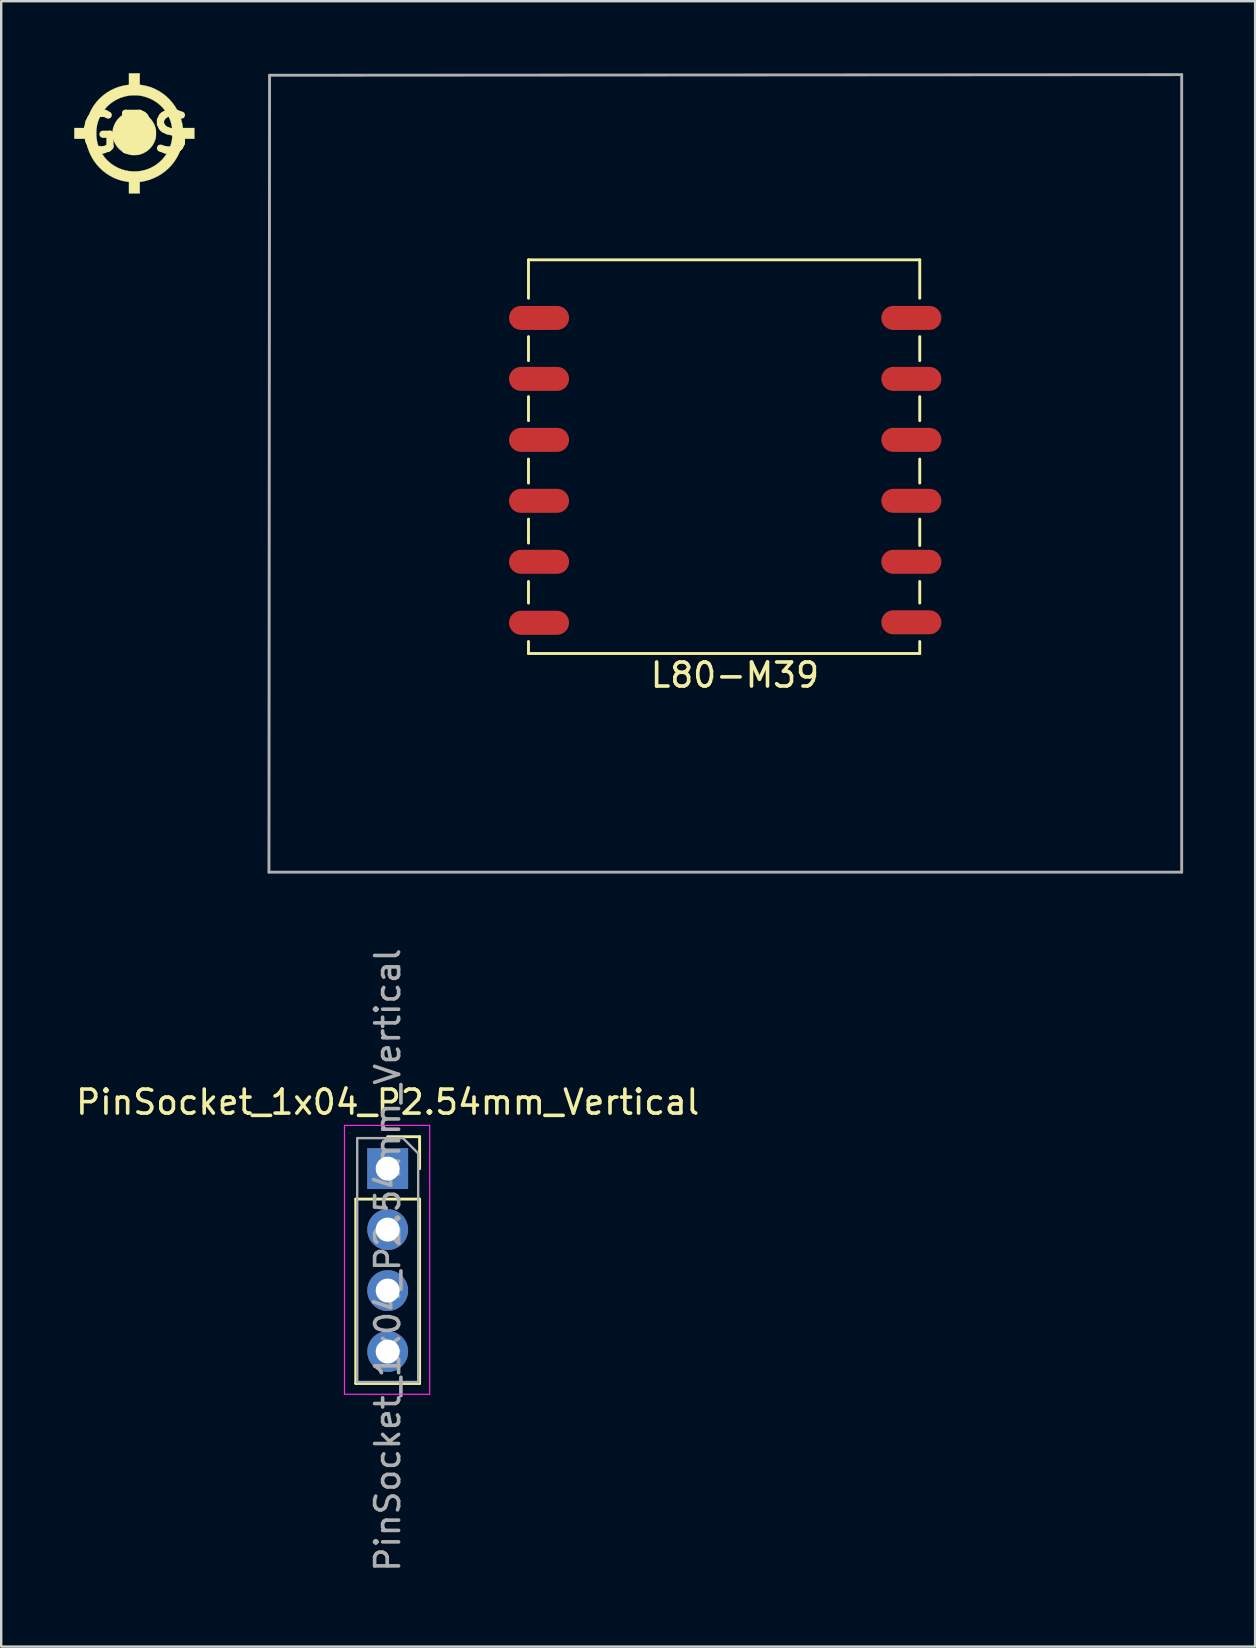
<source format=kicad_pcb>
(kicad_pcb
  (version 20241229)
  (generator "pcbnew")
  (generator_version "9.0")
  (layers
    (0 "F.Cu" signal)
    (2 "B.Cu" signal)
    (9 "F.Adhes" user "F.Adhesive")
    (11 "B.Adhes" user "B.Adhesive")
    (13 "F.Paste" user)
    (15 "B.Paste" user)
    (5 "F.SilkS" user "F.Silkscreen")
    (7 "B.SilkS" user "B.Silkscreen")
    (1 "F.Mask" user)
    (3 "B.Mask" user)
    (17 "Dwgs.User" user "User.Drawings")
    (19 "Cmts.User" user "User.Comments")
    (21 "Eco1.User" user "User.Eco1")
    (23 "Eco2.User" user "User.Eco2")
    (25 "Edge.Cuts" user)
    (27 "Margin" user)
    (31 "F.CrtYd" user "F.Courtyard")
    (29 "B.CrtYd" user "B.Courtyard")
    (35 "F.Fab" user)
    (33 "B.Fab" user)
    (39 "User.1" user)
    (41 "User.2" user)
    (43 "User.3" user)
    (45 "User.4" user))
  (footprint "PinSocket_1x04_P2.54mm_Vertical"
    (layer "F.Cu")
    (at 13.101 45.634)
    (property "Reference" "PinSocket_1x04_P2.54mm_Vertical" (at 0 -2.77 0) (layer "F.SilkS") (effects (font (size 1 1) (thickness 0.15))))
    (attr through_hole)
    (fp_line (start -1.33 1.27) (end -1.33 8.95) (stroke (width 0.12) (type solid)) (layer "F.SilkS"))
    (fp_line (start -1.33 1.27) (end 1.33 1.27) (stroke (width 0.12) (type solid)) (layer "F.SilkS"))
    (fp_line (start -1.33 8.95) (end 1.33 8.95) (stroke (width 0.12) (type solid)) (layer "F.SilkS"))
    (fp_line (start 0 -1.33) (end 1.33 -1.33) (stroke (width 0.12) (type solid)) (layer "F.SilkS"))
    (fp_line (start 1.33 -1.33) (end 1.33 0) (stroke (width 0.12) (type solid)) (layer "F.SilkS"))
    (fp_line (start 1.33 1.27) (end 1.33 8.95) (stroke (width 0.12) (type solid)) (layer "F.SilkS"))
    (fp_line (start -1.8 -1.8) (end 1.75 -1.8) (stroke (width 0.05) (type solid)) (layer "F.CrtYd"))
    (fp_line (start -1.8 9.4) (end -1.8 -1.8) (stroke (width 0.05) (type solid)) (layer "F.CrtYd"))
    (fp_line (start 1.75 -1.8) (end 1.75 9.4) (stroke (width 0.05) (type solid)) (layer "F.CrtYd"))
    (fp_line (start 1.75 9.4) (end -1.8 9.4) (stroke (width 0.05) (type solid)) (layer "F.CrtYd"))
    (fp_line (start -1.27 -1.27) (end 0.635 -1.27) (stroke (width 0.1) (type solid)) (layer "F.Fab"))
    (fp_line (start -1.27 8.89) (end -1.27 -1.27) (stroke (width 0.1) (type solid)) (layer "F.Fab"))
    (fp_line (start 0.635 -1.27) (end 1.27 -0.635) (stroke (width 0.1) (type solid)) (layer "F.Fab"))
    (fp_line (start 1.27 -0.635) (end 1.27 8.89) (stroke (width 0.1) (type solid)) (layer "F.Fab"))
    (fp_line (start 1.27 8.89) (end -1.27 8.89) (stroke (width 0.1) (type solid)) (layer "F.Fab"))
    (fp_text user "${REFERENCE}" (at 0 3.81 90) (layer "F.Fab") (effects (font (size 1 1) (thickness 0.15))))
    (pad "1" thru_hole rect (at 0 0) (size 1.7 1.7) (drill 1) (layers "*.Cu" "*.Mask"))
    (pad "2" thru_hole oval (at 0 2.54) (size 1.7 1.7) (drill 1) (layers "*.Cu" "*.Mask"))
    (pad "3" thru_hole oval (at 0 5.08) (size 1.7 1.7) (drill 1) (layers "*.Cu" "*.Mask"))
    (pad "4" thru_hole oval (at 0 7.62) (size 1.7 1.7) (drill 1) (layers "*.Cu" "*.Mask")))
  (footprint "GPS"
    (layer "F.Cu")
    (at 2.547 2.506)
    (property "Reference" "GPS" (at 0 0 0) (layer "F.SilkS") (effects (font (size 1.524 1.524) (thickness 0.3))))
    (attr through_hole)
    (fp_poly (pts (xy 0.062 -0.902) (xy 0.109 -0.901) (xy 0.146 -0.899) (xy 0.177 -0.894) (xy 0.206 -0.888) (xy 0.24 -0.878) (xy 0.249 -0.876) (xy 0.377 -0.827) (xy 0.493 -0.762) (xy 0.598 -0.683) (xy 0.69 -0.59) (xy 0.768 -0.483) (xy 0.832 -0.365) (xy 0.876 -0.247) (xy 0.886 -0.213) (xy 0.893 -0.183) (xy 0.898 -0.153) (xy 0.901 -0.118) (xy 0.902 -0.073) (xy 0.902 -0.015) (xy 0.902 0) (xy 0.902 0.062) (xy 0.901 0.109) (xy 0.899 0.146) (xy 0.894 0.177) (xy 0.888 0.206) (xy 0.878 0.24) (xy 0.876 0.249) (xy 0.827 0.376) (xy 0.763 0.493) (xy 0.684 0.597) (xy 0.591 0.689) (xy 0.486 0.767) (xy 0.369 0.83) (xy 0.247 0.875) (xy 0.204 0.887) (xy 0.162 0.895) (xy 0.116 0.9) (xy 0.06 0.903) (xy 0.029 0.904) (xy -0.024 0.905) (xy -0.075 0.904) (xy -0.118 0.902) (xy -0.148 0.899) (xy -0.15 0.899) (xy -0.279 0.866) (xy -0.401 0.816) (xy -0.512 0.749) (xy -0.614 0.669) (xy -0.703 0.574) (xy -0.778 0.467) (xy -0.839 0.349) (xy -0.876 0.249) (xy -0.886 0.214) (xy -0.893 0.184) (xy -0.898 0.154) (xy -0.901 0.119) (xy -0.902 0.075) (xy -0.902 0.017) (xy -0.902 0) (xy -0.902 -0.062) (xy -0.901 -0.109) (xy -0.899 -0.146) (xy -0.894 -0.177) (xy -0.888 -0.206) (xy -0.878 -0.239) (xy -0.876 -0.247) (xy -0.827 -0.375) (xy -0.762 -0.493) (xy -0.683 -0.598) (xy -0.59 -0.69) (xy -0.484 -0.768) (xy -0.366 -0.832) (xy -0.249 -0.876) (xy -0.214 -0.886) (xy -0.184 -0.893) (xy -0.154 -0.898) (xy -0.119 -0.901) (xy -0.075 -0.902) (xy -0.017 -0.902) (xy 0 -0.902) (xy 0.062 -0.902)) (stroke (width 0.01) (type solid)) (fill yes) (layer "F.SilkS"))
    (fp_poly (pts (xy 0.225 -2.025) (xy 0.309 -2.013) (xy 0.497 -1.977) (xy 0.679 -1.924) (xy 0.853 -1.853) (xy 1.019 -1.766) (xy 1.176 -1.665) (xy 1.323 -1.549) (xy 1.459 -1.42) (xy 1.583 -1.279) (xy 1.694 -1.126) (xy 1.791 -0.963) (xy 1.873 -0.791) (xy 1.94 -0.61) (xy 1.99 -0.422) (xy 2.013 -0.3) (xy 2.025 -0.225) (xy 2.501 -0.225) (xy 2.501 0.225) (xy 2.025 0.225) (xy 2.013 0.309) (xy 1.977 0.497) (xy 1.924 0.679) (xy 1.853 0.853) (xy 1.766 1.019) (xy 1.665 1.176) (xy 1.549 1.323) (xy 1.42 1.459) (xy 1.279 1.583) (xy 1.126 1.694) (xy 0.963 1.791) (xy 0.791 1.873) (xy 0.61 1.94) (xy 0.422 1.99) (xy 0.3 2.013) (xy 0.225 2.025) (xy 0.225 2.501) (xy -0.225 2.501) (xy -0.225 2.025) (xy -0.309 2.013) (xy -0.497 1.977) (xy -0.679 1.924) (xy -0.853 1.853) (xy -1.019 1.766) (xy -1.176 1.665) (xy -1.323 1.549) (xy -1.459 1.42) (xy -1.583 1.279) (xy -1.694 1.126) (xy -1.791 0.963) (xy -1.873 0.791) (xy -1.94 0.61) (xy -1.99 0.422) (xy -2.013 0.3) (xy -2.025 0.225) (xy -2.501 0.225) (xy -2.501 0) (xy -1.585 0) (xy -1.579 0.154) (xy -1.561 0.297) (xy -1.531 0.433) (xy -1.486 0.567) (xy -1.426 0.703) (xy -1.405 0.744) (xy -1.319 0.891) (xy -1.217 1.026) (xy -1.103 1.148) (xy -0.977 1.257) (xy -0.84 1.351) (xy -0.694 1.43) (xy -0.54 1.494) (xy -0.38 1.542) (xy -0.214 1.573) (xy -0.044 1.587) (xy 0.129 1.582) (xy 0.254 1.568) (xy 0.423 1.532) (xy 0.585 1.479) (xy 0.739 1.408) (xy 0.885 1.322) (xy 1.02 1.221) (xy 1.144 1.106) (xy 1.255 0.978) (xy 1.352 0.839) (xy 1.405 0.744) (xy 1.47 0.606) (xy 1.519 0.472) (xy 1.554 0.337) (xy 1.575 0.196) (xy 1.584 0.046) (xy 1.585 0) (xy 1.579 -0.154) (xy 1.561 -0.297) (xy 1.531 -0.433) (xy 1.486 -0.567) (xy 1.426 -0.703) (xy 1.405 -0.744) (xy 1.318 -0.892) (xy 1.216 -1.028) (xy 1.1 -1.152) (xy 0.971 -1.261) (xy 0.83 -1.357) (xy 0.679 -1.437) (xy 0.518 -1.502) (xy 0.348 -1.55) (xy 0.249 -1.57) (xy 0.189 -1.577) (xy 0.115 -1.582) (xy 0.033 -1.584) (xy -0.051 -1.584) (xy -0.132 -1.581) (xy -0.203 -1.576) (xy -0.249 -1.57) (xy -0.423 -1.531) (xy -0.589 -1.476) (xy -0.746 -1.404) (xy -0.893 -1.317) (xy -1.029 -1.215) (xy -1.152 -1.099) (xy -1.262 -0.97) (xy -1.358 -0.828) (xy -1.405 -0.744) (xy -1.47 -0.606) (xy -1.519 -0.472) (xy -1.554 -0.337) (xy -1.575 -0.196) (xy -1.584 -0.046) (xy -1.585 0) (xy -2.501 0) (xy -2.501 -0.225) (xy -2.025 -0.225) (xy -2.013 -0.31) (xy -1.977 -0.503) (xy -1.924 -0.688) (xy -1.853 -0.865) (xy -1.767 -1.033) (xy -1.666 -1.192) (xy -1.551 -1.339) (xy -1.422 -1.475) (xy -1.282 -1.598) (xy -1.13 -1.708) (xy -0.968 -1.803) (xy -0.796 -1.883) (xy -0.615 -1.947) (xy -0.427 -1.994) (xy -0.31 -2.013) (xy -0.225 -2.025) (xy -0.225 -2.501) (xy 0.225 -2.501) (xy 0.225 -2.025)) (stroke (width 0.01) (type solid)) (fill yes) (layer "F.SilkS")))
  (footprint "L80-M39"
    (layer "F.Cu")
    (at 27.078 16.583)
    (property "Reference" "L80-M39" (at 0.488 8.491 0) (layer "F.SilkS") (effects (font (size 1 1) (thickness 0.15))))
    (attr through_hole)
    (fp_line (start -8.112 -7.209) (end -8.112 -8.809) (stroke (width 0.12) (type solid)) (layer "F.SilkS"))
    (fp_line (start -8.112 -4.609) (end -8.112 -5.609) (stroke (width 0.12) (type solid)) (layer "F.SilkS"))
    (fp_line (start -8.112 -2.109) (end -8.112 -3.109) (stroke (width 0.12) (type solid)) (layer "F.SilkS"))
    (fp_line (start -8.112 0.491) (end -8.112 -0.509) (stroke (width 0.12) (type solid)) (layer "F.SilkS"))
    (fp_line (start -8.112 2.991) (end -8.112 1.991) (stroke (width 0.12) (type solid)) (layer "F.SilkS"))
    (fp_line (start -8.112 5.491) (end -8.112 4.591) (stroke (width 0.12) (type solid)) (layer "F.SilkS"))
    (fp_line (start -8.112 7.591) (end -8.112 7.091) (stroke (width 0.12) (type solid)) (layer "F.SilkS"))
    (fp_line (start 8.188 -8.809) (end -8.112 -8.809) (stroke (width 0.12) (type solid)) (layer "F.SilkS"))
    (fp_line (start 8.188 -7.209) (end 8.188 -8.809) (stroke (width 0.12) (type solid)) (layer "F.SilkS"))
    (fp_line (start 8.188 -4.609) (end 8.188 -5.609) (stroke (width 0.12) (type solid)) (layer "F.SilkS"))
    (fp_line (start 8.188 -2.109) (end 8.188 -3.109) (stroke (width 0.12) (type solid)) (layer "F.SilkS"))
    (fp_line (start 8.188 0.491) (end 8.188 -0.509) (stroke (width 0.12) (type solid)) (layer "F.SilkS"))
    (fp_line (start 8.188 3.091) (end 8.188 1.991) (stroke (width 0.12) (type solid)) (layer "F.SilkS"))
    (fp_line (start 8.188 5.491) (end 8.188 4.591) (stroke (width 0.12) (type solid)) (layer "F.SilkS"))
    (fp_line (start 8.188 7.591) (end -8.112 7.591) (stroke (width 0.12) (type solid)) (layer "F.SilkS"))
    (fp_line (start 8.188 7.591) (end 8.188 7.091) (stroke (width 0.12) (type solid)) (layer "F.SilkS"))
    (fp_line (start -18.924 16.7) (end -18.898 -16.498) (stroke (width 0.12) (type solid)) (layer "F.Fab"))
    (fp_line (start -18.898 -16.498) (end 19.1 -16.523) (stroke (width 0.12) (type solid)) (layer "F.Fab"))
    (fp_line (start 19.1 -16.523) (end 19.1 16.7) (stroke (width 0.12) (type solid)) (layer "F.Fab"))
    (fp_line (start 19.1 16.7) (end -18.924 16.7) (stroke (width 0.12) (type solid)) (layer "F.Fab"))
    (pad "1" smd oval (at 7.838 6.291) (size 2.5 1) (layers "F.Cu" "F.Mask" "F.Paste"))
    (pad "2" smd oval (at 7.838 3.771) (size 2.5 1) (layers "F.Cu" "F.Mask" "F.Paste"))
    (pad "3" smd oval (at 7.838 1.231) (size 2.5 1) (layers "F.Cu" "F.Mask" "F.Paste"))
    (pad "4" smd oval (at 7.838 -1.309) (size 2.5 1) (layers "F.Cu" "F.Mask" "F.Paste"))
    (pad "5" smd oval (at 7.838 -3.849) (size 2.5 1) (layers "F.Cu" "F.Mask" "F.Paste"))
    (pad "6" smd oval (at 7.838 -6.389) (size 2.5 1) (layers "F.Cu" "F.Mask" "F.Paste"))
    (pad "7" smd oval (at -7.672 -6.389) (size 2.5 1) (layers "F.Cu" "F.Mask" "F.Paste"))
    (pad "8" smd oval (at -7.672 -3.849) (size 2.5 1) (layers "F.Cu" "F.Mask" "F.Paste"))
    (pad "9" smd oval (at -7.672 -1.309) (size 2.5 1) (layers "F.Cu" "F.Mask" "F.Paste"))
    (pad "10" smd oval (at -7.672 1.231) (size 2.5 1) (layers "F.Cu" "F.Mask" "F.Paste"))
    (pad "11" smd oval (at -7.672 3.771) (size 2.5 1) (layers "F.Cu" "F.Mask" "F.Paste"))
    (pad "12" smd oval (at -7.672 6.311) (size 2.5 1) (layers "F.Cu" "F.Mask" "F.Paste")))
  (gr_rect
    (start -3 -3)
    (end 49.238 65.546)
    (stroke (width 0.1) (type default))
    (fill no)
    (layer "Edge.Cuts")))
</source>
